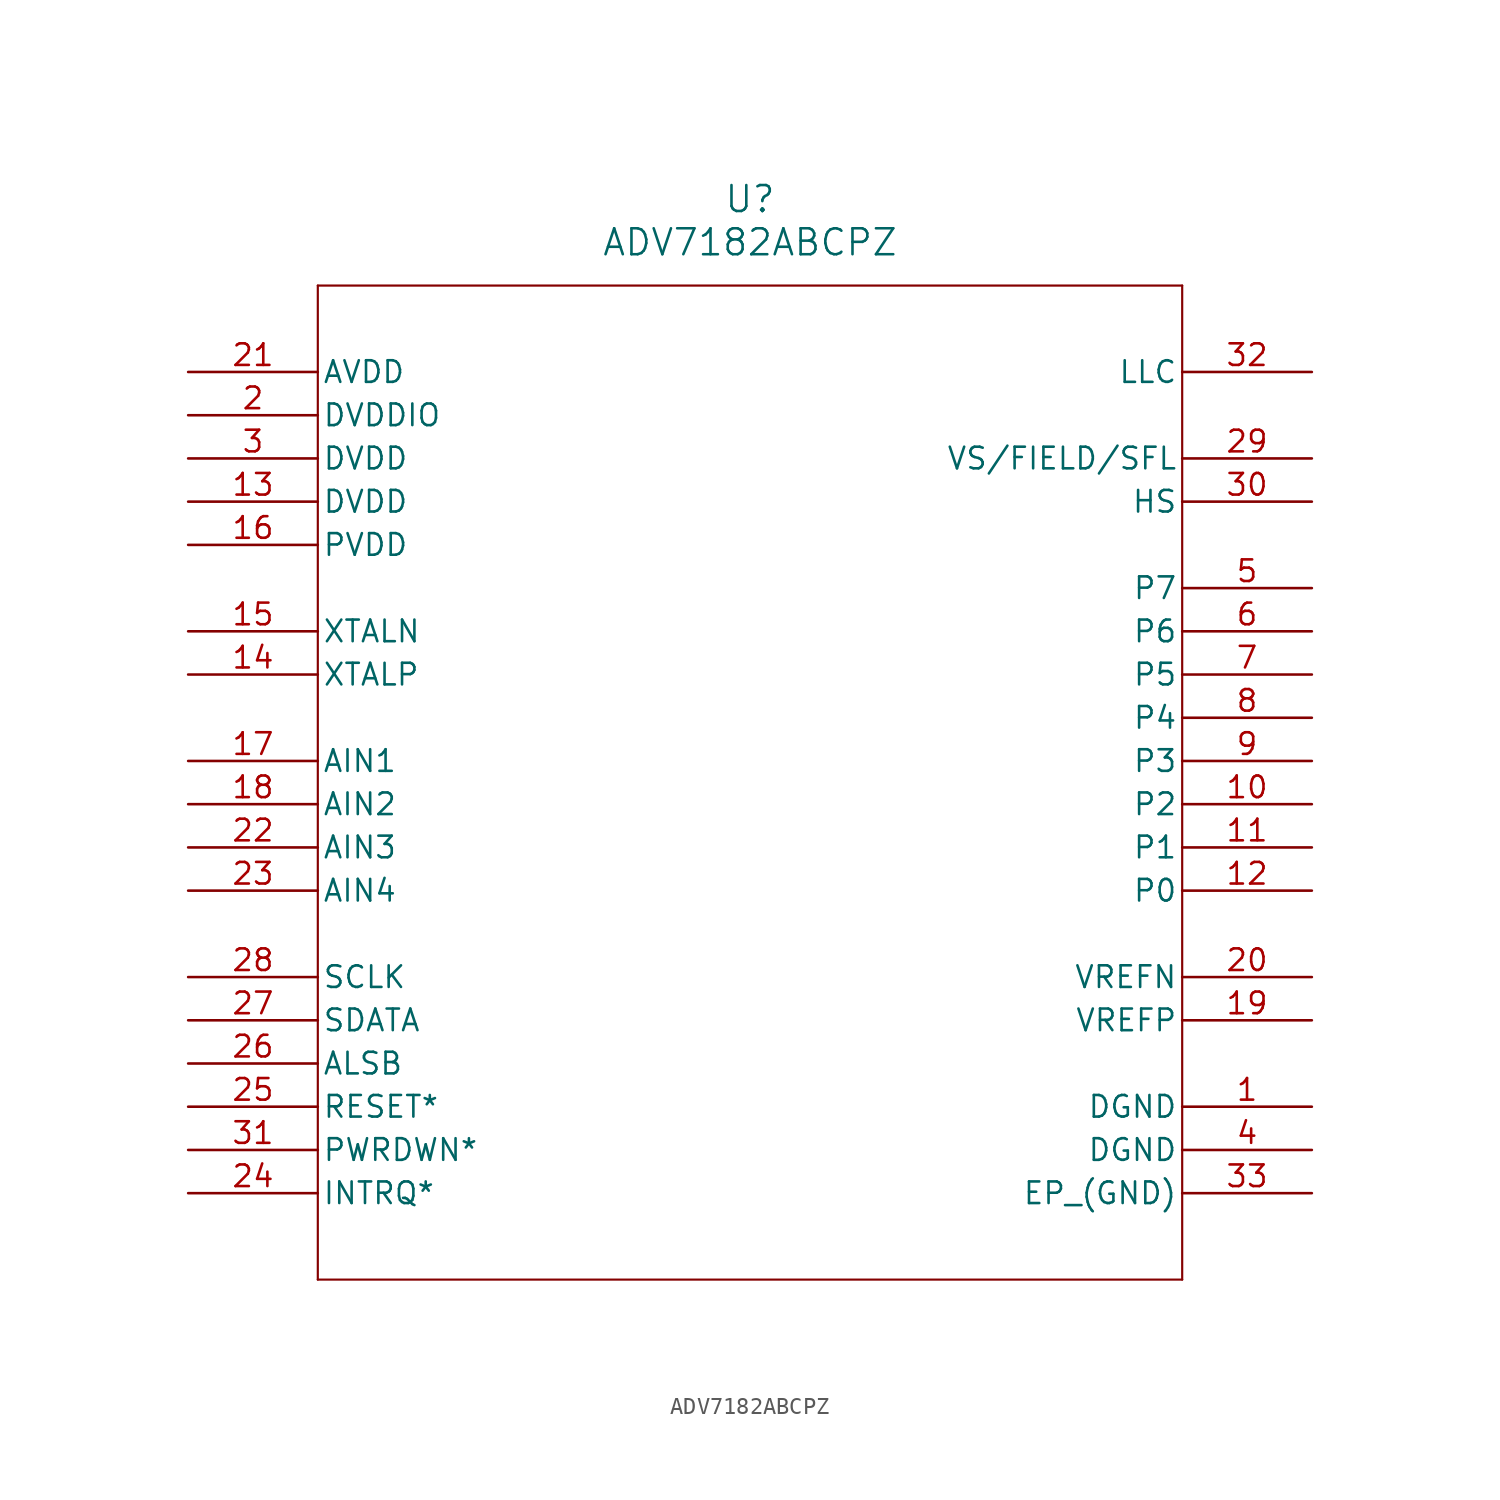
<source format=kicad_sym>
(kicad_symbol_lib
  (version 20211014)
  (generator kicad_symbol_editor)
  (symbol "ADV7182ABCPZ"
    (pin_names
      (offset 0.254))
    (property "Reference" "U"
      (at 33.02 10.16 0)
      (effects (font (size 1.524 1.524))))
    (property "Value" "ADV7182ABCPZ"
      (at 33.02 7.62 0)
      (effects (font (size 1.524 1.524))))
    (symbol "ADV7182ABCPZ_0_1"
      (polyline (pts (xy 7.62 5.08) (xy 7.62 -53.34)) (stroke (width 0.127) (type default) (color 0 0 0 0)) (fill (type none)))
      (polyline (pts (xy 7.62 -53.34) (xy 58.42 -53.34)) (stroke (width 0.127) (type default) (color 0 0 0 0)) (fill (type none)))
      (polyline (pts (xy 58.42 -53.34) (xy 58.42 5.08)) (stroke (width 0.127) (type default) (color 0 0 0 0)) (fill (type none)))
      (polyline (pts (xy 58.42 5.08) (xy 7.62 5.08)) (stroke (width 0.127) (type default) (color 0 0 0 0)) (fill (type none)))
      (pin unspecified line (at 0 -22.86 0) (length 7.62) (name "AIN1" (effects (font (size 1.27 1.27)))) (number "17" (effects (font (size 1.27 1.27)))))
      (pin unspecified line (at 0 -25.4 0) (length 7.62) (name "AIN2" (effects (font (size 1.27 1.27)))) (number "18" (effects (font (size 1.27 1.27)))))
      (pin unspecified line (at 0 -27.94 0) (length 7.62) (name "AIN3" (effects (font (size 1.27 1.27)))) (number "22" (effects (font (size 1.27 1.27)))))
      (pin unspecified line (at 0 -30.48 0) (length 7.62) (name "AIN4" (effects (font (size 1.27 1.27)))) (number "23" (effects (font (size 1.27 1.27)))))
      (pin unspecified line (at 0 -40.64 0) (length 7.62) (name "ALSB" (effects (font (size 1.27 1.27)))) (number "26" (effects (font (size 1.27 1.27)))))
      (pin unspecified line (at 0 0 0) (length 7.62) (name "AVDD" (effects (font (size 1.27 1.27)))) (number "21" (effects (font (size 1.27 1.27)))))
      (pin unspecified line (at 66.04 -43.18 180) (length 7.62) (name "DGND" (effects (font (size 1.27 1.27)))) (number "1" (effects (font (size 1.27 1.27)))))
      (pin unspecified line (at 66.04 -45.72 180) (length 7.62) (name "DGND" (effects (font (size 1.27 1.27)))) (number "4" (effects (font (size 1.27 1.27)))))
      (pin unspecified line (at 0 -5.08 0) (length 7.62) (name "DVDD" (effects (font (size 1.27 1.27)))) (number "3" (effects (font (size 1.27 1.27)))))
      (pin unspecified line (at 0 -7.62 0) (length 7.62) (name "DVDD" (effects (font (size 1.27 1.27)))) (number "13" (effects (font (size 1.27 1.27)))))
      (pin unspecified line (at 0 -2.54 0) (length 7.62) (name "DVDDIO" (effects (font (size 1.27 1.27)))) (number "2" (effects (font (size 1.27 1.27)))))
      (pin unspecified line (at 66.04 -48.26 180) (length 7.62) (name "EP (GND)" (effects (font (size 1.27 1.27)))) (number "33" (effects (font (size 1.27 1.27)))))
      (pin unspecified line (at 66.04 -7.62 180) (length 7.62) (name "HS" (effects (font (size 1.27 1.27)))) (number "30" (effects (font (size 1.27 1.27)))))
      (pin unspecified line (at 0 -48.26 0) (length 7.62) (name "INTRQ*" (effects (font (size 1.27 1.27)))) (number "24" (effects (font (size 1.27 1.27)))))
      (pin unspecified line (at 66.04 0 180) (length 7.62) (name "LLC" (effects (font (size 1.27 1.27)))) (number "32" (effects (font (size 1.27 1.27)))))
      (pin unspecified line (at 66.04 -30.48 180) (length 7.62) (name "P0" (effects (font (size 1.27 1.27)))) (number "12" (effects (font (size 1.27 1.27)))))
      (pin unspecified line (at 66.04 -27.94 180) (length 7.62) (name "P1" (effects (font (size 1.27 1.27)))) (number "11" (effects (font (size 1.27 1.27)))))
      (pin unspecified line (at 66.04 -25.4 180) (length 7.62) (name "P2" (effects (font (size 1.27 1.27)))) (number "10" (effects (font (size 1.27 1.27)))))
      (pin unspecified line (at 66.04 -22.86 180) (length 7.62) (name "P3" (effects (font (size 1.27 1.27)))) (number "9" (effects (font (size 1.27 1.27)))))
      (pin unspecified line (at 66.04 -20.32 180) (length 7.62) (name "P4" (effects (font (size 1.27 1.27)))) (number "8" (effects (font (size 1.27 1.27)))))
      (pin unspecified line (at 66.04 -17.78 180) (length 7.62) (name "P5" (effects (font (size 1.27 1.27)))) (number "7" (effects (font (size 1.27 1.27)))))
      (pin unspecified line (at 66.04 -15.24 180) (length 7.62) (name "P6" (effects (font (size 1.27 1.27)))) (number "6" (effects (font (size 1.27 1.27)))))
      (pin unspecified line (at 66.04 -12.7 180) (length 7.62) (name "P7" (effects (font (size 1.27 1.27)))) (number "5" (effects (font (size 1.27 1.27)))))
      (pin unspecified line (at 0 -10.16 0) (length 7.62) (name "PVDD" (effects (font (size 1.27 1.27)))) (number "16" (effects (font (size 1.27 1.27)))))
      (pin unspecified line (at 0 -45.72 0) (length 7.62) (name "PWRDWN*" (effects (font (size 1.27 1.27)))) (number "31" (effects (font (size 1.27 1.27)))))
      (pin unspecified line (at 0 -43.18 0) (length 7.62) (name "RESET*" (effects (font (size 1.27 1.27)))) (number "25" (effects (font (size 1.27 1.27)))))
      (pin unspecified line (at 0 -35.56 0) (length 7.62) (name "SCLK" (effects (font (size 1.27 1.27)))) (number "28" (effects (font (size 1.27 1.27)))))
      (pin unspecified line (at 0 -38.1 0) (length 7.62) (name "SDATA" (effects (font (size 1.27 1.27)))) (number "27" (effects (font (size 1.27 1.27)))))
      (pin unspecified line (at 66.04 -35.56 180) (length 7.62) (name "VREFN" (effects (font (size 1.27 1.27)))) (number "20" (effects (font (size 1.27 1.27)))))
      (pin unspecified line (at 66.04 -38.1 180) (length 7.62) (name "VREFP" (effects (font (size 1.27 1.27)))) (number "19" (effects (font (size 1.27 1.27)))))
      (pin unspecified line (at 66.04 -5.08 180) (length 7.62) (name "VS/FIELD/SFL" (effects (font (size 1.27 1.27)))) (number "29" (effects (font (size 1.27 1.27)))))
      (pin unspecified line (at 0 -15.24 0) (length 7.62) (name "XTALN" (effects (font (size 1.27 1.27)))) (number "15" (effects (font (size 1.27 1.27)))))
      (pin unspecified line (at 0 -17.78 0) (length 7.62) (name "XTALP" (effects (font (size 1.27 1.27)))) (number "14" (effects (font (size 1.27 1.27))))))))
</source>
